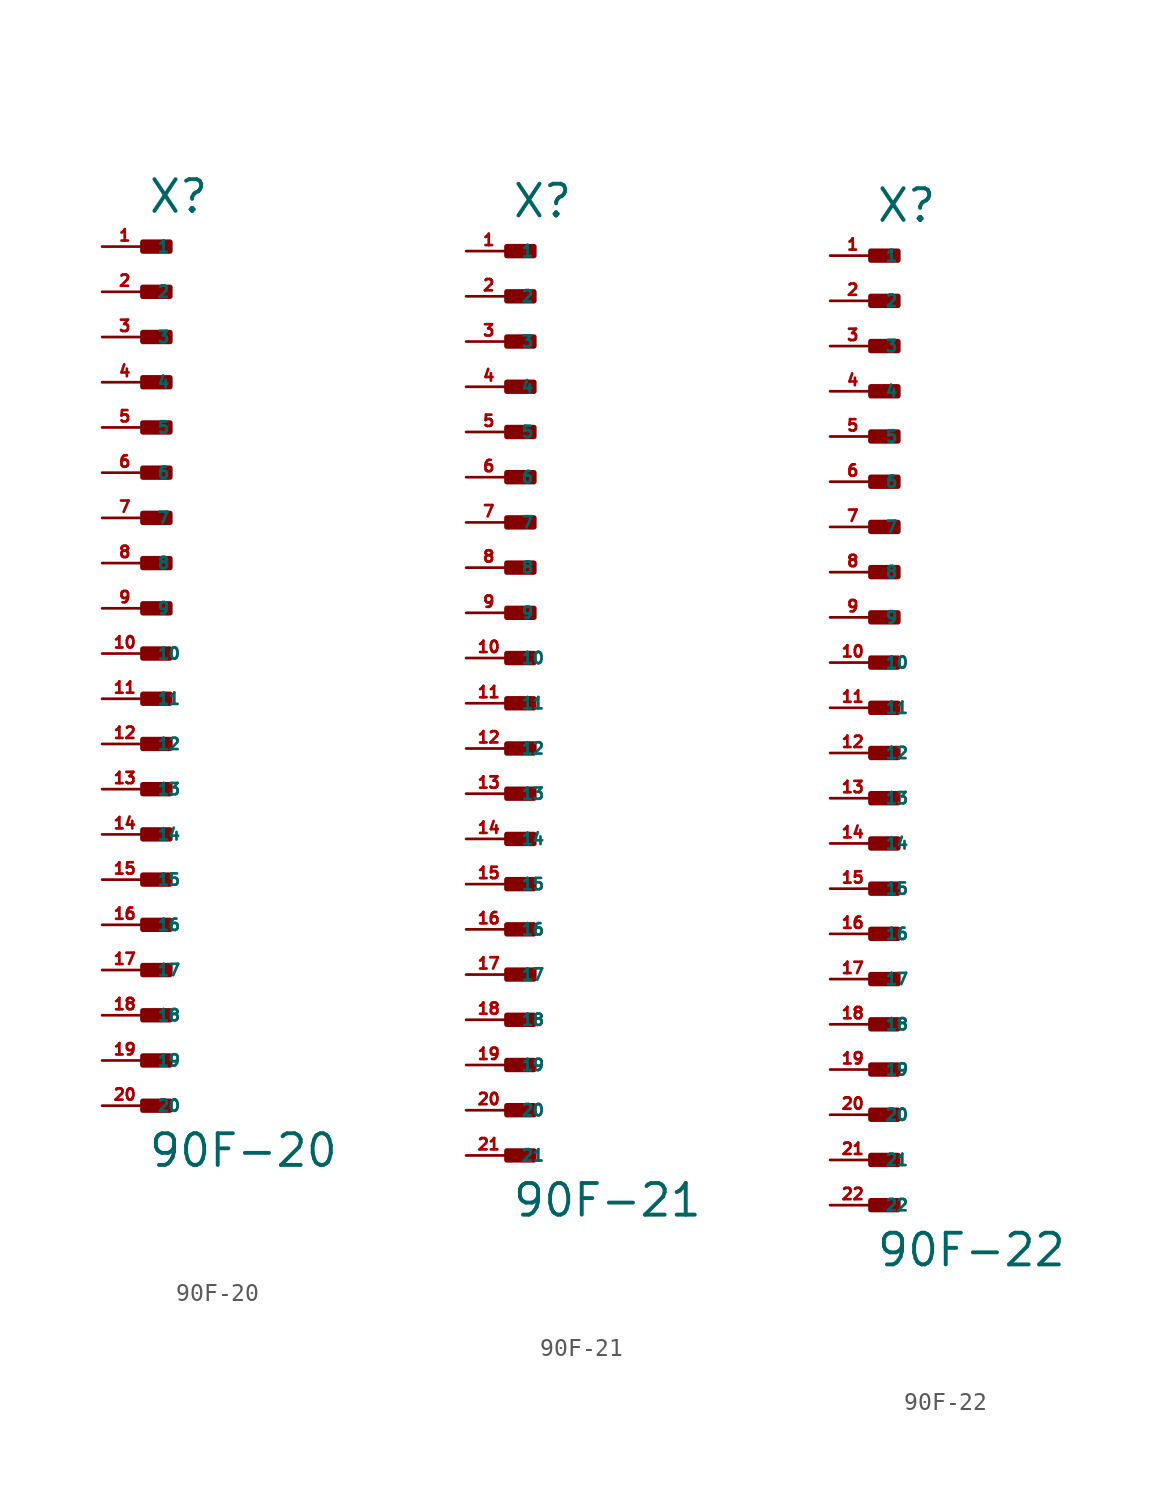
<source format=kicad_sym>
(kicad_symbol_lib
  (version 20220914)
  (generator Eagle2Kicad)
  (symbol "90F-20"
    (property "Reference" "X"
      (at 0 24.638 0)
      (effects (font (size 1.778 1.778) (thickness 0.22)) (justify left bottom)))
    (property "Value" "90F-20"
      (at 0 -28.956 0)
      (effects (font (size 1.778 1.778) (thickness 0.22)) (justify left bottom)))
    (rectangle
      (start -0.254 22.606)
      (end 1.27 23.114)
      (stroke (width 0.3) (type default))
      (fill (type outline)))
    (rectangle
      (start -0.254 20.066)
      (end 1.27 20.574)
      (stroke (width 0.3) (type default))
      (fill (type outline)))
    (rectangle
      (start -0.254 17.526)
      (end 1.27 18.034)
      (stroke (width 0.3) (type default))
      (fill (type outline)))
    (rectangle
      (start -0.254 14.986)
      (end 1.27 15.494)
      (stroke (width 0.3) (type default))
      (fill (type outline)))
    (rectangle
      (start -0.254 12.446)
      (end 1.27 12.954)
      (stroke (width 0.3) (type default))
      (fill (type outline)))
    (rectangle
      (start -0.254 9.906)
      (end 1.27 10.414)
      (stroke (width 0.3) (type default))
      (fill (type outline)))
    (rectangle
      (start -0.254 7.366)
      (end 1.27 7.874)
      (stroke (width 0.3) (type default))
      (fill (type outline)))
    (rectangle
      (start -0.254 4.826)
      (end 1.27 5.334)
      (stroke (width 0.3) (type default))
      (fill (type outline)))
    (rectangle
      (start -0.254 2.286)
      (end 1.27 2.794)
      (stroke (width 0.3) (type default))
      (fill (type outline)))
    (rectangle
      (start -0.254 -0.254)
      (end 1.27 0.254)
      (stroke (width 0.3) (type default))
      (fill (type outline)))
    (rectangle
      (start -0.254 -2.794)
      (end 1.27 -2.286)
      (stroke (width 0.3) (type default))
      (fill (type outline)))
    (rectangle
      (start -0.254 -5.334)
      (end 1.27 -4.826)
      (stroke (width 0.3) (type default))
      (fill (type outline)))
    (rectangle
      (start -0.254 -7.874)
      (end 1.27 -7.366)
      (stroke (width 0.3) (type default))
      (fill (type outline)))
    (rectangle
      (start -0.254 -10.414)
      (end 1.27 -9.906)
      (stroke (width 0.3) (type default))
      (fill (type outline)))
    (rectangle
      (start -0.254 -12.954)
      (end 1.27 -12.446)
      (stroke (width 0.3) (type default))
      (fill (type outline)))
    (rectangle
      (start -0.254 -15.494)
      (end 1.27 -14.986)
      (stroke (width 0.3) (type default))
      (fill (type outline)))
    (rectangle
      (start -0.254 -18.034)
      (end 1.27 -17.526)
      (stroke (width 0.3) (type default))
      (fill (type outline)))
    (rectangle
      (start -0.254 -20.574)
      (end 1.27 -20.066)
      (stroke (width 0.3) (type default))
      (fill (type outline)))
    (rectangle
      (start -0.254 -23.114)
      (end 1.27 -22.606)
      (stroke (width 0.3) (type default))
      (fill (type outline)))
    (rectangle
      (start -0.254 -25.654)
      (end 1.27 -25.146)
      (stroke (width 0.3) (type default))
      (fill (type outline)))
    (pin passive line
      (at -2.54 22.86 0)
      (length 2.54)
      (name "1" (effects (font (size 0.635 0.635) (thickness 0.08)) (justify left bottom)))
      (number "1" (effects (font (size 0.635 0.635) (thickness 0.08)) (justify left bottom))))
    (pin passive line
      (at -2.54 20.32 0)
      (length 2.54)
      (name "2" (effects (font (size 0.635 0.635) (thickness 0.08)) (justify left bottom)))
      (number "2" (effects (font (size 0.635 0.635) (thickness 0.08)) (justify left bottom))))
    (pin passive line
      (at -2.54 17.78 0)
      (length 2.54)
      (name "3" (effects (font (size 0.635 0.635) (thickness 0.08)) (justify left bottom)))
      (number "3" (effects (font (size 0.635 0.635) (thickness 0.08)) (justify left bottom))))
    (pin passive line
      (at -2.54 15.24 0)
      (length 2.54)
      (name "4" (effects (font (size 0.635 0.635) (thickness 0.08)) (justify left bottom)))
      (number "4" (effects (font (size 0.635 0.635) (thickness 0.08)) (justify left bottom))))
    (pin passive line
      (at -2.54 12.7 0)
      (length 2.54)
      (name "5" (effects (font (size 0.635 0.635) (thickness 0.08)) (justify left bottom)))
      (number "5" (effects (font (size 0.635 0.635) (thickness 0.08)) (justify left bottom))))
    (pin passive line
      (at -2.54 10.16 0)
      (length 2.54)
      (name "6" (effects (font (size 0.635 0.635) (thickness 0.08)) (justify left bottom)))
      (number "6" (effects (font (size 0.635 0.635) (thickness 0.08)) (justify left bottom))))
    (pin passive line
      (at -2.54 7.62 0)
      (length 2.54)
      (name "7" (effects (font (size 0.635 0.635) (thickness 0.08)) (justify left bottom)))
      (number "7" (effects (font (size 0.635 0.635) (thickness 0.08)) (justify left bottom))))
    (pin passive line
      (at -2.54 5.08 0)
      (length 2.54)
      (name "8" (effects (font (size 0.635 0.635) (thickness 0.08)) (justify left bottom)))
      (number "8" (effects (font (size 0.635 0.635) (thickness 0.08)) (justify left bottom))))
    (pin passive line
      (at -2.54 2.54 0)
      (length 2.54)
      (name "9" (effects (font (size 0.635 0.635) (thickness 0.08)) (justify left bottom)))
      (number "9" (effects (font (size 0.635 0.635) (thickness 0.08)) (justify left bottom))))
    (pin passive line
      (at -2.54 0 0)
      (length 2.54)
      (name "10" (effects (font (size 0.635 0.635) (thickness 0.08)) (justify left bottom)))
      (number "10" (effects (font (size 0.635 0.635) (thickness 0.08)) (justify left bottom))))
    (pin passive line
      (at -2.54 -2.54 0)
      (length 2.54)
      (name "11" (effects (font (size 0.635 0.635) (thickness 0.08)) (justify left bottom)))
      (number "11" (effects (font (size 0.635 0.635) (thickness 0.08)) (justify left bottom))))
    (pin passive line
      (at -2.54 -5.08 0)
      (length 2.54)
      (name "12" (effects (font (size 0.635 0.635) (thickness 0.08)) (justify left bottom)))
      (number "12" (effects (font (size 0.635 0.635) (thickness 0.08)) (justify left bottom))))
    (pin passive line
      (at -2.54 -7.62 0)
      (length 2.54)
      (name "13" (effects (font (size 0.635 0.635) (thickness 0.08)) (justify left bottom)))
      (number "13" (effects (font (size 0.635 0.635) (thickness 0.08)) (justify left bottom))))
    (pin passive line
      (at -2.54 -10.16 0)
      (length 2.54)
      (name "14" (effects (font (size 0.635 0.635) (thickness 0.08)) (justify left bottom)))
      (number "14" (effects (font (size 0.635 0.635) (thickness 0.08)) (justify left bottom))))
    (pin passive line
      (at -2.54 -12.7 0)
      (length 2.54)
      (name "15" (effects (font (size 0.635 0.635) (thickness 0.08)) (justify left bottom)))
      (number "15" (effects (font (size 0.635 0.635) (thickness 0.08)) (justify left bottom))))
    (pin passive line
      (at -2.54 -15.24 0)
      (length 2.54)
      (name "16" (effects (font (size 0.635 0.635) (thickness 0.08)) (justify left bottom)))
      (number "16" (effects (font (size 0.635 0.635) (thickness 0.08)) (justify left bottom))))
    (pin passive line
      (at -2.54 -17.78 0)
      (length 2.54)
      (name "17" (effects (font (size 0.635 0.635) (thickness 0.08)) (justify left bottom)))
      (number "17" (effects (font (size 0.635 0.635) (thickness 0.08)) (justify left bottom))))
    (pin passive line
      (at -2.54 -20.32 0)
      (length 2.54)
      (name "18" (effects (font (size 0.635 0.635) (thickness 0.08)) (justify left bottom)))
      (number "18" (effects (font (size 0.635 0.635) (thickness 0.08)) (justify left bottom))))
    (pin passive line
      (at -2.54 -22.86 0)
      (length 2.54)
      (name "19" (effects (font (size 0.635 0.635) (thickness 0.08)) (justify left bottom)))
      (number "19" (effects (font (size 0.635 0.635) (thickness 0.08)) (justify left bottom))))
    (pin passive line
      (at -2.54 -25.4 0)
      (length 2.54)
      (name "20" (effects (font (size 0.635 0.635) (thickness 0.08)) (justify left bottom)))
      (number "20" (effects (font (size 0.635 0.635) (thickness 0.08)) (justify left bottom)))))
  (symbol "90F-21"
    (property "Reference" "X"
      (at 0 27.178 0)
      (effects (font (size 1.778 1.778) (thickness 0.22)) (justify left bottom)))
    (property "Value" "90F-21"
      (at 0 -28.956 0)
      (effects (font (size 1.778 1.778) (thickness 0.22)) (justify left bottom)))
    (rectangle
      (start -0.254 25.146)
      (end 1.27 25.654)
      (stroke (width 0.3) (type default))
      (fill (type outline)))
    (rectangle
      (start -0.254 22.606)
      (end 1.27 23.114)
      (stroke (width 0.3) (type default))
      (fill (type outline)))
    (rectangle
      (start -0.254 20.066)
      (end 1.27 20.574)
      (stroke (width 0.3) (type default))
      (fill (type outline)))
    (rectangle
      (start -0.254 17.526)
      (end 1.27 18.034)
      (stroke (width 0.3) (type default))
      (fill (type outline)))
    (rectangle
      (start -0.254 14.986)
      (end 1.27 15.494)
      (stroke (width 0.3) (type default))
      (fill (type outline)))
    (rectangle
      (start -0.254 12.446)
      (end 1.27 12.954)
      (stroke (width 0.3) (type default))
      (fill (type outline)))
    (rectangle
      (start -0.254 9.906)
      (end 1.27 10.414)
      (stroke (width 0.3) (type default))
      (fill (type outline)))
    (rectangle
      (start -0.254 7.366)
      (end 1.27 7.874)
      (stroke (width 0.3) (type default))
      (fill (type outline)))
    (rectangle
      (start -0.254 4.826)
      (end 1.27 5.334)
      (stroke (width 0.3) (type default))
      (fill (type outline)))
    (rectangle
      (start -0.254 2.286)
      (end 1.27 2.794)
      (stroke (width 0.3) (type default))
      (fill (type outline)))
    (rectangle
      (start -0.254 -0.254)
      (end 1.27 0.254)
      (stroke (width 0.3) (type default))
      (fill (type outline)))
    (rectangle
      (start -0.254 -2.794)
      (end 1.27 -2.286)
      (stroke (width 0.3) (type default))
      (fill (type outline)))
    (rectangle
      (start -0.254 -5.334)
      (end 1.27 -4.826)
      (stroke (width 0.3) (type default))
      (fill (type outline)))
    (rectangle
      (start -0.254 -7.874)
      (end 1.27 -7.366)
      (stroke (width 0.3) (type default))
      (fill (type outline)))
    (rectangle
      (start -0.254 -10.414)
      (end 1.27 -9.906)
      (stroke (width 0.3) (type default))
      (fill (type outline)))
    (rectangle
      (start -0.254 -12.954)
      (end 1.27 -12.446)
      (stroke (width 0.3) (type default))
      (fill (type outline)))
    (rectangle
      (start -0.254 -15.494)
      (end 1.27 -14.986)
      (stroke (width 0.3) (type default))
      (fill (type outline)))
    (rectangle
      (start -0.254 -18.034)
      (end 1.27 -17.526)
      (stroke (width 0.3) (type default))
      (fill (type outline)))
    (rectangle
      (start -0.254 -20.574)
      (end 1.27 -20.066)
      (stroke (width 0.3) (type default))
      (fill (type outline)))
    (rectangle
      (start -0.254 -23.114)
      (end 1.27 -22.606)
      (stroke (width 0.3) (type default))
      (fill (type outline)))
    (rectangle
      (start -0.254 -25.654)
      (end 1.27 -25.146)
      (stroke (width 0.3) (type default))
      (fill (type outline)))
    (pin passive line
      (at -2.54 25.4 0)
      (length 2.54)
      (name "1" (effects (font (size 0.635 0.635) (thickness 0.08)) (justify left bottom)))
      (number "1" (effects (font (size 0.635 0.635) (thickness 0.08)) (justify left bottom))))
    (pin passive line
      (at -2.54 22.86 0)
      (length 2.54)
      (name "2" (effects (font (size 0.635 0.635) (thickness 0.08)) (justify left bottom)))
      (number "2" (effects (font (size 0.635 0.635) (thickness 0.08)) (justify left bottom))))
    (pin passive line
      (at -2.54 20.32 0)
      (length 2.54)
      (name "3" (effects (font (size 0.635 0.635) (thickness 0.08)) (justify left bottom)))
      (number "3" (effects (font (size 0.635 0.635) (thickness 0.08)) (justify left bottom))))
    (pin passive line
      (at -2.54 17.78 0)
      (length 2.54)
      (name "4" (effects (font (size 0.635 0.635) (thickness 0.08)) (justify left bottom)))
      (number "4" (effects (font (size 0.635 0.635) (thickness 0.08)) (justify left bottom))))
    (pin passive line
      (at -2.54 15.24 0)
      (length 2.54)
      (name "5" (effects (font (size 0.635 0.635) (thickness 0.08)) (justify left bottom)))
      (number "5" (effects (font (size 0.635 0.635) (thickness 0.08)) (justify left bottom))))
    (pin passive line
      (at -2.54 12.7 0)
      (length 2.54)
      (name "6" (effects (font (size 0.635 0.635) (thickness 0.08)) (justify left bottom)))
      (number "6" (effects (font (size 0.635 0.635) (thickness 0.08)) (justify left bottom))))
    (pin passive line
      (at -2.54 10.16 0)
      (length 2.54)
      (name "7" (effects (font (size 0.635 0.635) (thickness 0.08)) (justify left bottom)))
      (number "7" (effects (font (size 0.635 0.635) (thickness 0.08)) (justify left bottom))))
    (pin passive line
      (at -2.54 7.62 0)
      (length 2.54)
      (name "8" (effects (font (size 0.635 0.635) (thickness 0.08)) (justify left bottom)))
      (number "8" (effects (font (size 0.635 0.635) (thickness 0.08)) (justify left bottom))))
    (pin passive line
      (at -2.54 5.08 0)
      (length 2.54)
      (name "9" (effects (font (size 0.635 0.635) (thickness 0.08)) (justify left bottom)))
      (number "9" (effects (font (size 0.635 0.635) (thickness 0.08)) (justify left bottom))))
    (pin passive line
      (at -2.54 2.54 0)
      (length 2.54)
      (name "10" (effects (font (size 0.635 0.635) (thickness 0.08)) (justify left bottom)))
      (number "10" (effects (font (size 0.635 0.635) (thickness 0.08)) (justify left bottom))))
    (pin passive line
      (at -2.54 0 0)
      (length 2.54)
      (name "11" (effects (font (size 0.635 0.635) (thickness 0.08)) (justify left bottom)))
      (number "11" (effects (font (size 0.635 0.635) (thickness 0.08)) (justify left bottom))))
    (pin passive line
      (at -2.54 -2.54 0)
      (length 2.54)
      (name "12" (effects (font (size 0.635 0.635) (thickness 0.08)) (justify left bottom)))
      (number "12" (effects (font (size 0.635 0.635) (thickness 0.08)) (justify left bottom))))
    (pin passive line
      (at -2.54 -5.08 0)
      (length 2.54)
      (name "13" (effects (font (size 0.635 0.635) (thickness 0.08)) (justify left bottom)))
      (number "13" (effects (font (size 0.635 0.635) (thickness 0.08)) (justify left bottom))))
    (pin passive line
      (at -2.54 -7.62 0)
      (length 2.54)
      (name "14" (effects (font (size 0.635 0.635) (thickness 0.08)) (justify left bottom)))
      (number "14" (effects (font (size 0.635 0.635) (thickness 0.08)) (justify left bottom))))
    (pin passive line
      (at -2.54 -10.16 0)
      (length 2.54)
      (name "15" (effects (font (size 0.635 0.635) (thickness 0.08)) (justify left bottom)))
      (number "15" (effects (font (size 0.635 0.635) (thickness 0.08)) (justify left bottom))))
    (pin passive line
      (at -2.54 -12.7 0)
      (length 2.54)
      (name "16" (effects (font (size 0.635 0.635) (thickness 0.08)) (justify left bottom)))
      (number "16" (effects (font (size 0.635 0.635) (thickness 0.08)) (justify left bottom))))
    (pin passive line
      (at -2.54 -15.24 0)
      (length 2.54)
      (name "17" (effects (font (size 0.635 0.635) (thickness 0.08)) (justify left bottom)))
      (number "17" (effects (font (size 0.635 0.635) (thickness 0.08)) (justify left bottom))))
    (pin passive line
      (at -2.54 -17.78 0)
      (length 2.54)
      (name "18" (effects (font (size 0.635 0.635) (thickness 0.08)) (justify left bottom)))
      (number "18" (effects (font (size 0.635 0.635) (thickness 0.08)) (justify left bottom))))
    (pin passive line
      (at -2.54 -20.32 0)
      (length 2.54)
      (name "19" (effects (font (size 0.635 0.635) (thickness 0.08)) (justify left bottom)))
      (number "19" (effects (font (size 0.635 0.635) (thickness 0.08)) (justify left bottom))))
    (pin passive line
      (at -2.54 -22.86 0)
      (length 2.54)
      (name "20" (effects (font (size 0.635 0.635) (thickness 0.08)) (justify left bottom)))
      (number "20" (effects (font (size 0.635 0.635) (thickness 0.08)) (justify left bottom))))
    (pin passive line
      (at -2.54 -25.4 0)
      (length 2.54)
      (name "21" (effects (font (size 0.635 0.635) (thickness 0.08)) (justify left bottom)))
      (number "21" (effects (font (size 0.635 0.635) (thickness 0.08)) (justify left bottom)))))
  (symbol "90F-22"
    (property "Reference" "X"
      (at 0 27.178 0)
      (effects (font (size 1.778 1.778) (thickness 0.22)) (justify left bottom)))
    (property "Value" "90F-22"
      (at 0 -31.496 0)
      (effects (font (size 1.778 1.778) (thickness 0.22)) (justify left bottom)))
    (rectangle
      (start -0.254 25.146)
      (end 1.27 25.654)
      (stroke (width 0.3) (type default))
      (fill (type outline)))
    (rectangle
      (start -0.254 22.606)
      (end 1.27 23.114)
      (stroke (width 0.3) (type default))
      (fill (type outline)))
    (rectangle
      (start -0.254 20.066)
      (end 1.27 20.574)
      (stroke (width 0.3) (type default))
      (fill (type outline)))
    (rectangle
      (start -0.254 17.526)
      (end 1.27 18.034)
      (stroke (width 0.3) (type default))
      (fill (type outline)))
    (rectangle
      (start -0.254 14.986)
      (end 1.27 15.494)
      (stroke (width 0.3) (type default))
      (fill (type outline)))
    (rectangle
      (start -0.254 12.446)
      (end 1.27 12.954)
      (stroke (width 0.3) (type default))
      (fill (type outline)))
    (rectangle
      (start -0.254 9.906)
      (end 1.27 10.414)
      (stroke (width 0.3) (type default))
      (fill (type outline)))
    (rectangle
      (start -0.254 7.366)
      (end 1.27 7.874)
      (stroke (width 0.3) (type default))
      (fill (type outline)))
    (rectangle
      (start -0.254 4.826)
      (end 1.27 5.334)
      (stroke (width 0.3) (type default))
      (fill (type outline)))
    (rectangle
      (start -0.254 2.286)
      (end 1.27 2.794)
      (stroke (width 0.3) (type default))
      (fill (type outline)))
    (rectangle
      (start -0.254 -0.254)
      (end 1.27 0.254)
      (stroke (width 0.3) (type default))
      (fill (type outline)))
    (rectangle
      (start -0.254 -2.794)
      (end 1.27 -2.286)
      (stroke (width 0.3) (type default))
      (fill (type outline)))
    (rectangle
      (start -0.254 -5.334)
      (end 1.27 -4.826)
      (stroke (width 0.3) (type default))
      (fill (type outline)))
    (rectangle
      (start -0.254 -7.874)
      (end 1.27 -7.366)
      (stroke (width 0.3) (type default))
      (fill (type outline)))
    (rectangle
      (start -0.254 -10.414)
      (end 1.27 -9.906)
      (stroke (width 0.3) (type default))
      (fill (type outline)))
    (rectangle
      (start -0.254 -12.954)
      (end 1.27 -12.446)
      (stroke (width 0.3) (type default))
      (fill (type outline)))
    (rectangle
      (start -0.254 -15.494)
      (end 1.27 -14.986)
      (stroke (width 0.3) (type default))
      (fill (type outline)))
    (rectangle
      (start -0.254 -18.034)
      (end 1.27 -17.526)
      (stroke (width 0.3) (type default))
      (fill (type outline)))
    (rectangle
      (start -0.254 -20.574)
      (end 1.27 -20.066)
      (stroke (width 0.3) (type default))
      (fill (type outline)))
    (rectangle
      (start -0.254 -23.114)
      (end 1.27 -22.606)
      (stroke (width 0.3) (type default))
      (fill (type outline)))
    (rectangle
      (start -0.254 -25.654)
      (end 1.27 -25.146)
      (stroke (width 0.3) (type default))
      (fill (type outline)))
    (rectangle
      (start -0.254 -28.194)
      (end 1.27 -27.686)
      (stroke (width 0.3) (type default))
      (fill (type outline)))
    (pin passive line
      (at -2.54 25.4 0)
      (length 2.54)
      (name "1" (effects (font (size 0.635 0.635) (thickness 0.08)) (justify left bottom)))
      (number "1" (effects (font (size 0.635 0.635) (thickness 0.08)) (justify left bottom))))
    (pin passive line
      (at -2.54 22.86 0)
      (length 2.54)
      (name "2" (effects (font (size 0.635 0.635) (thickness 0.08)) (justify left bottom)))
      (number "2" (effects (font (size 0.635 0.635) (thickness 0.08)) (justify left bottom))))
    (pin passive line
      (at -2.54 20.32 0)
      (length 2.54)
      (name "3" (effects (font (size 0.635 0.635) (thickness 0.08)) (justify left bottom)))
      (number "3" (effects (font (size 0.635 0.635) (thickness 0.08)) (justify left bottom))))
    (pin passive line
      (at -2.54 17.78 0)
      (length 2.54)
      (name "4" (effects (font (size 0.635 0.635) (thickness 0.08)) (justify left bottom)))
      (number "4" (effects (font (size 0.635 0.635) (thickness 0.08)) (justify left bottom))))
    (pin passive line
      (at -2.54 15.24 0)
      (length 2.54)
      (name "5" (effects (font (size 0.635 0.635) (thickness 0.08)) (justify left bottom)))
      (number "5" (effects (font (size 0.635 0.635) (thickness 0.08)) (justify left bottom))))
    (pin passive line
      (at -2.54 12.7 0)
      (length 2.54)
      (name "6" (effects (font (size 0.635 0.635) (thickness 0.08)) (justify left bottom)))
      (number "6" (effects (font (size 0.635 0.635) (thickness 0.08)) (justify left bottom))))
    (pin passive line
      (at -2.54 10.16 0)
      (length 2.54)
      (name "7" (effects (font (size 0.635 0.635) (thickness 0.08)) (justify left bottom)))
      (number "7" (effects (font (size 0.635 0.635) (thickness 0.08)) (justify left bottom))))
    (pin passive line
      (at -2.54 7.62 0)
      (length 2.54)
      (name "8" (effects (font (size 0.635 0.635) (thickness 0.08)) (justify left bottom)))
      (number "8" (effects (font (size 0.635 0.635) (thickness 0.08)) (justify left bottom))))
    (pin passive line
      (at -2.54 5.08 0)
      (length 2.54)
      (name "9" (effects (font (size 0.635 0.635) (thickness 0.08)) (justify left bottom)))
      (number "9" (effects (font (size 0.635 0.635) (thickness 0.08)) (justify left bottom))))
    (pin passive line
      (at -2.54 2.54 0)
      (length 2.54)
      (name "10" (effects (font (size 0.635 0.635) (thickness 0.08)) (justify left bottom)))
      (number "10" (effects (font (size 0.635 0.635) (thickness 0.08)) (justify left bottom))))
    (pin passive line
      (at -2.54 0 0)
      (length 2.54)
      (name "11" (effects (font (size 0.635 0.635) (thickness 0.08)) (justify left bottom)))
      (number "11" (effects (font (size 0.635 0.635) (thickness 0.08)) (justify left bottom))))
    (pin passive line
      (at -2.54 -2.54 0)
      (length 2.54)
      (name "12" (effects (font (size 0.635 0.635) (thickness 0.08)) (justify left bottom)))
      (number "12" (effects (font (size 0.635 0.635) (thickness 0.08)) (justify left bottom))))
    (pin passive line
      (at -2.54 -5.08 0)
      (length 2.54)
      (name "13" (effects (font (size 0.635 0.635) (thickness 0.08)) (justify left bottom)))
      (number "13" (effects (font (size 0.635 0.635) (thickness 0.08)) (justify left bottom))))
    (pin passive line
      (at -2.54 -7.62 0)
      (length 2.54)
      (name "14" (effects (font (size 0.635 0.635) (thickness 0.08)) (justify left bottom)))
      (number "14" (effects (font (size 0.635 0.635) (thickness 0.08)) (justify left bottom))))
    (pin passive line
      (at -2.54 -10.16 0)
      (length 2.54)
      (name "15" (effects (font (size 0.635 0.635) (thickness 0.08)) (justify left bottom)))
      (number "15" (effects (font (size 0.635 0.635) (thickness 0.08)) (justify left bottom))))
    (pin passive line
      (at -2.54 -12.7 0)
      (length 2.54)
      (name "16" (effects (font (size 0.635 0.635) (thickness 0.08)) (justify left bottom)))
      (number "16" (effects (font (size 0.635 0.635) (thickness 0.08)) (justify left bottom))))
    (pin passive line
      (at -2.54 -15.24 0)
      (length 2.54)
      (name "17" (effects (font (size 0.635 0.635) (thickness 0.08)) (justify left bottom)))
      (number "17" (effects (font (size 0.635 0.635) (thickness 0.08)) (justify left bottom))))
    (pin passive line
      (at -2.54 -17.78 0)
      (length 2.54)
      (name "18" (effects (font (size 0.635 0.635) (thickness 0.08)) (justify left bottom)))
      (number "18" (effects (font (size 0.635 0.635) (thickness 0.08)) (justify left bottom))))
    (pin passive line
      (at -2.54 -20.32 0)
      (length 2.54)
      (name "19" (effects (font (size 0.635 0.635) (thickness 0.08)) (justify left bottom)))
      (number "19" (effects (font (size 0.635 0.635) (thickness 0.08)) (justify left bottom))))
    (pin passive line
      (at -2.54 -22.86 0)
      (length 2.54)
      (name "20" (effects (font (size 0.635 0.635) (thickness 0.08)) (justify left bottom)))
      (number "20" (effects (font (size 0.635 0.635) (thickness 0.08)) (justify left bottom))))
    (pin passive line
      (at -2.54 -25.4 0)
      (length 2.54)
      (name "21" (effects (font (size 0.635 0.635) (thickness 0.08)) (justify left bottom)))
      (number "21" (effects (font (size 0.635 0.635) (thickness 0.08)) (justify left bottom))))
    (pin passive line
      (at -2.54 -27.94 0)
      (length 2.54)
      (name "22" (effects (font (size 0.635 0.635) (thickness 0.08)) (justify left bottom)))
      (number "22" (effects (font (size 0.635 0.635) (thickness 0.08)) (justify left bottom))))))
</source>
